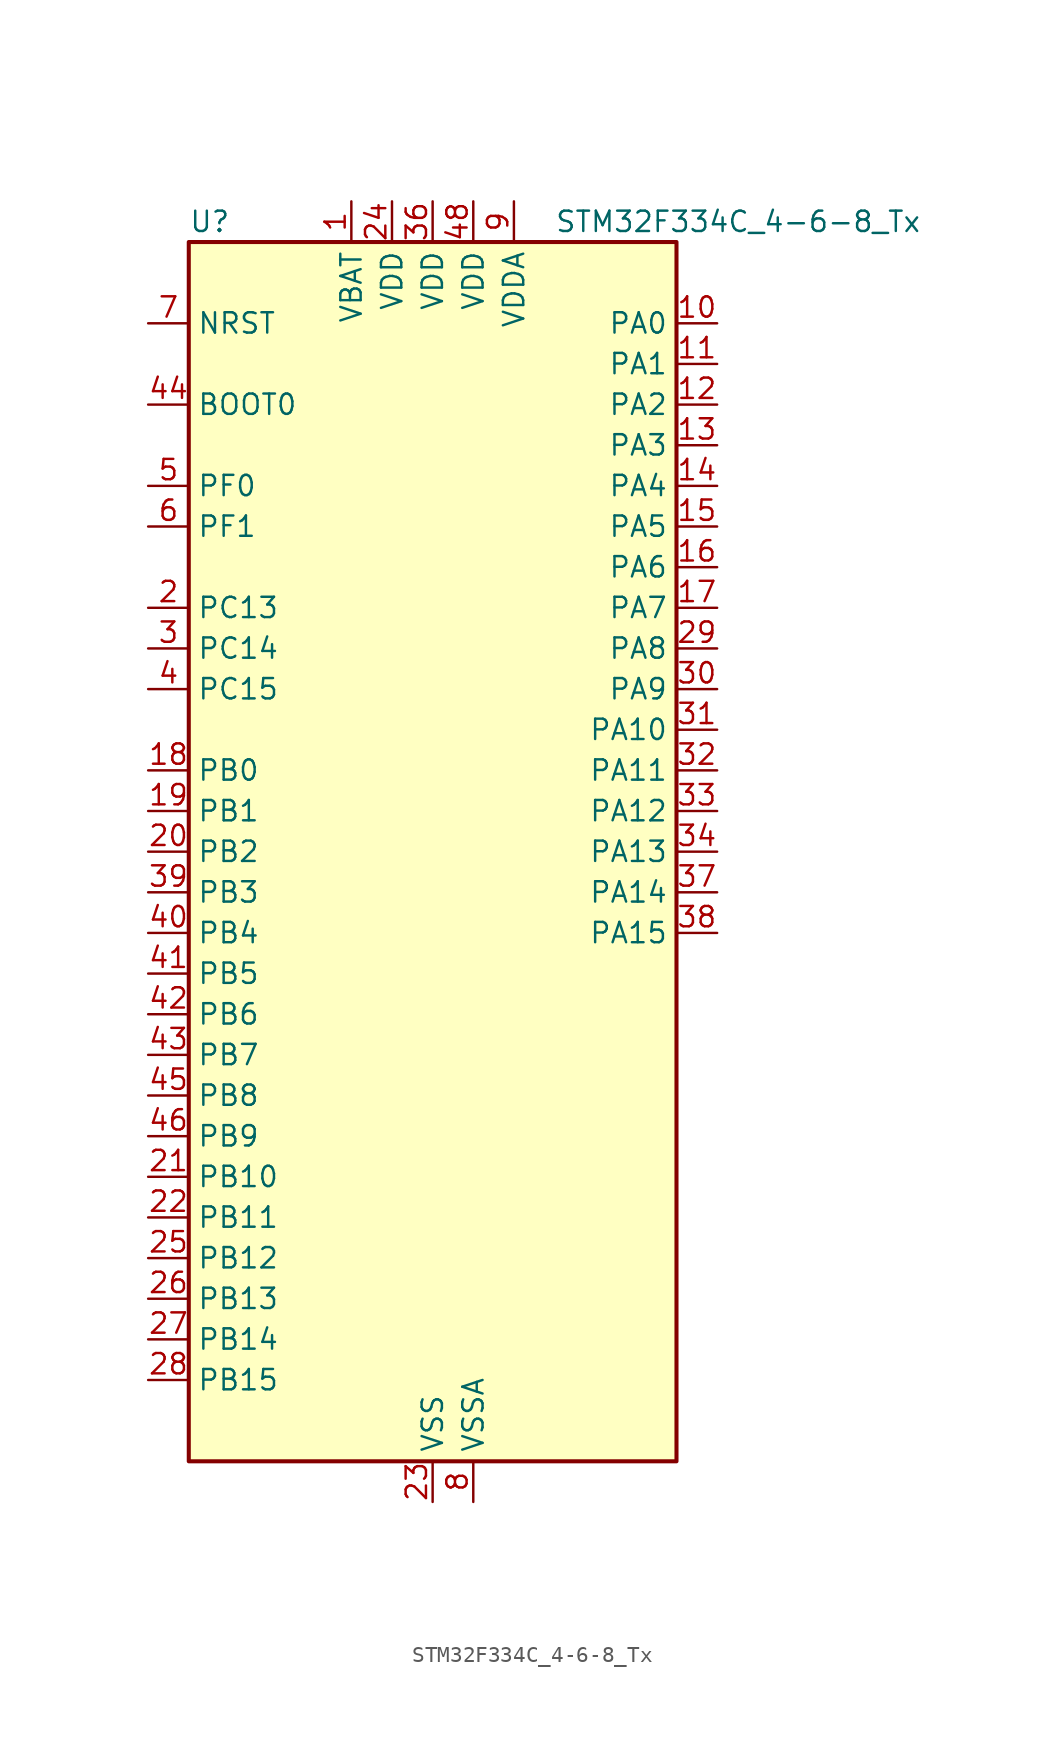
<source format=kicad_sym>
(kicad_symbol_lib
  (version 20241209)
  (generator "kicad_symbol_editor")
  (generator_version "9.0")
  (symbol "STM32F334C_4-6-8_Tx"
    (property "Reference" "U"
      (at -15.24 39.37 0)
      (effects (font (size 1.27 1.27)) (justify left)))
    (property "Value" "STM32F334C_4-6-8_Tx"
      (at 7.62 39.37 0)
      (effects (font (size 1.27 1.27)) (justify left)))
    (symbol "STM32F334C_4-6-8_Tx_0_1"
      (rectangle (start -15.24 -38.1) (end 15.24 38.1) (stroke (width 0.254) (type default)) (fill (type background))))
    (symbol "STM32F334C_4-6-8_Tx_1_1"
      (pin input line (at -17.78 33.02 0) (length 2.54) (name "NRST" (effects (font (size 1.27 1.27)))) (number "7" (effects (font (size 1.27 1.27)))))
      (pin input line (at -17.78 27.94 0) (length 2.54) (name "BOOT0" (effects (font (size 1.27 1.27)))) (number "44" (effects (font (size 1.27 1.27)))))
      (pin bidirectional line (at -17.78 22.86 0) (length 2.54) (name "PF0" (effects (font (size 1.27 1.27)))) (number "5" (effects (font (size 1.27 1.27)))) (alternate "RCC_OSC_IN" bidirectional line) (alternate "TIM1_CH3N" bidirectional line))
      (pin bidirectional line (at -17.78 20.32 0) (length 2.54) (name "PF1" (effects (font (size 1.27 1.27)))) (number "6" (effects (font (size 1.27 1.27)))) (alternate "RCC_OSC_OUT" bidirectional line))
      (pin bidirectional line (at -17.78 15.24 0) (length 2.54) (name "PC13" (effects (font (size 1.27 1.27)))) (number "2" (effects (font (size 1.27 1.27)))) (alternate "RTC_OUT_ALARM" bidirectional line) (alternate "RTC_OUT_CALIB" bidirectional line) (alternate "RTC_TAMP1" bidirectional line) (alternate "RTC_TS" bidirectional line) (alternate "SYS_WKUP2" bidirectional line) (alternate "TIM1_CH1N" bidirectional line))
      (pin bidirectional line (at -17.78 12.7 0) (length 2.54) (name "PC14" (effects (font (size 1.27 1.27)))) (number "3" (effects (font (size 1.27 1.27)))) (alternate "RCC_OSC32_IN" bidirectional line))
      (pin bidirectional line (at -17.78 10.16 0) (length 2.54) (name "PC15" (effects (font (size 1.27 1.27)))) (number "4" (effects (font (size 1.27 1.27)))) (alternate "ADC1_EXTI15" bidirectional line) (alternate "ADC2_EXTI15" bidirectional line) (alternate "RCC_OSC32_OUT" bidirectional line))
      (pin bidirectional line (at -17.78 5.08 0) (length 2.54) (name "PB0" (effects (font (size 1.27 1.27)))) (number "18" (effects (font (size 1.27 1.27)))) (alternate "ADC1_IN11" bidirectional line) (alternate "COMP4_INP" bidirectional line) (alternate "OPAMP2_VINP" bidirectional line) (alternate "OPAMP2_VINP_SEC" bidirectional line) (alternate "TIM1_CH2N" bidirectional line) (alternate "TIM3_CH3" bidirectional line) (alternate "TSC_G3_IO2" bidirectional line))
      (pin bidirectional line (at -17.78 2.54 0) (length 2.54) (name "PB1" (effects (font (size 1.27 1.27)))) (number "19" (effects (font (size 1.27 1.27)))) (alternate "ADC1_IN12" bidirectional line) (alternate "COMP4_OUT" bidirectional line) (alternate "HRTIM1_SCOUT" bidirectional line) (alternate "TIM1_CH3N" bidirectional line) (alternate "TIM3_CH4" bidirectional line) (alternate "TSC_G3_IO3" bidirectional line))
      (pin bidirectional line (at -17.78 0 0) (length 2.54) (name "PB2" (effects (font (size 1.27 1.27)))) (number "20" (effects (font (size 1.27 1.27)))) (alternate "ADC2_IN12" bidirectional line) (alternate "COMP4_INM" bidirectional line) (alternate "HRTIM1_SCIN" bidirectional line) (alternate "TSC_G3_IO4" bidirectional line))
      (pin bidirectional line (at -17.78 -2.54 0) (length 2.54) (name "PB3" (effects (font (size 1.27 1.27)))) (number "39" (effects (font (size 1.27 1.27)))) (alternate "HRTIM1_EEV9" bidirectional line) (alternate "HRTIM1_SCOUT" bidirectional line) (alternate "SPI1_SCK" bidirectional line) (alternate "SYS_JTDO-TRACESWO" bidirectional line) (alternate "TIM2_CH2" bidirectional line) (alternate "TIM3_ETR" bidirectional line) (alternate "TSC_G5_IO1" bidirectional line) (alternate "USART2_TX" bidirectional line))
      (pin bidirectional line (at -17.78 -5.08 0) (length 2.54) (name "PB4" (effects (font (size 1.27 1.27)))) (number "40" (effects (font (size 1.27 1.27)))) (alternate "HRTIM1_EEV7" bidirectional line) (alternate "SPI1_MISO" bidirectional line) (alternate "SYS_NJTRST" bidirectional line) (alternate "TIM16_CH1" bidirectional line) (alternate "TIM17_BKIN" bidirectional line) (alternate "TIM3_CH1" bidirectional line) (alternate "TSC_G5_IO2" bidirectional line) (alternate "USART2_RX" bidirectional line))
      (pin bidirectional line (at -17.78 -7.62 0) (length 2.54) (name "PB5" (effects (font (size 1.27 1.27)))) (number "41" (effects (font (size 1.27 1.27)))) (alternate "HRTIM1_EEV6" bidirectional line) (alternate "I2C1_SMBA" bidirectional line) (alternate "SPI1_MOSI" bidirectional line) (alternate "TIM16_BKIN" bidirectional line) (alternate "TIM17_CH1" bidirectional line) (alternate "TIM3_CH2" bidirectional line) (alternate "USART2_CK" bidirectional line))
      (pin bidirectional line (at -17.78 -10.16 0) (length 2.54) (name "PB6" (effects (font (size 1.27 1.27)))) (number "42" (effects (font (size 1.27 1.27)))) (alternate "HRTIM1_EEV4" bidirectional line) (alternate "HRTIM1_SCIN" bidirectional line) (alternate "I2C1_SCL" bidirectional line) (alternate "TIM16_CH1N" bidirectional line) (alternate "TSC_G5_IO3" bidirectional line) (alternate "USART1_TX" bidirectional line))
      (pin bidirectional line (at -17.78 -12.7 0) (length 2.54) (name "PB7" (effects (font (size 1.27 1.27)))) (number "43" (effects (font (size 1.27 1.27)))) (alternate "HRTIM1_EEV3" bidirectional line) (alternate "I2C1_SDA" bidirectional line) (alternate "TIM17_CH1N" bidirectional line) (alternate "TIM3_CH4" bidirectional line) (alternate "TSC_G5_IO4" bidirectional line) (alternate "USART1_RX" bidirectional line))
      (pin bidirectional line (at -17.78 -15.24 0) (length 2.54) (name "PB8" (effects (font (size 1.27 1.27)))) (number "45" (effects (font (size 1.27 1.27)))) (alternate "CAN_RX" bidirectional line) (alternate "HRTIM1_EEV8" bidirectional line) (alternate "I2C1_SCL" bidirectional line) (alternate "TIM16_CH1" bidirectional line) (alternate "TIM1_BKIN" bidirectional line) (alternate "TSC_SYNC" bidirectional line) (alternate "USART3_RX" bidirectional line))
      (pin bidirectional line (at -17.78 -17.78 0) (length 2.54) (name "PB9" (effects (font (size 1.27 1.27)))) (number "46" (effects (font (size 1.27 1.27)))) (alternate "CAN_TX" bidirectional line) (alternate "COMP2_OUT" bidirectional line) (alternate "DAC1_EXTI9" bidirectional line) (alternate "DAC2_EXTI9" bidirectional line) (alternate "HRTIM1_EEV5" bidirectional line) (alternate "I2C1_SDA" bidirectional line) (alternate "IR_OUT" bidirectional line) (alternate "TIM17_CH1" bidirectional line) (alternate "USART3_TX" bidirectional line))
      (pin bidirectional line (at -17.78 -20.32 0) (length 2.54) (name "PB10" (effects (font (size 1.27 1.27)))) (number "21" (effects (font (size 1.27 1.27)))) (alternate "HRTIM1_FLT3" bidirectional line) (alternate "TIM2_CH3" bidirectional line) (alternate "TSC_SYNC" bidirectional line) (alternate "USART3_TX" bidirectional line))
      (pin bidirectional line (at -17.78 -22.86 0) (length 2.54) (name "PB11" (effects (font (size 1.27 1.27)))) (number "22" (effects (font (size 1.27 1.27)))) (alternate "ADC1_EXTI11" bidirectional line) (alternate "ADC2_EXTI11" bidirectional line) (alternate "COMP6_INP" bidirectional line) (alternate "HRTIM1_FLT4" bidirectional line) (alternate "TIM2_CH4" bidirectional line) (alternate "TSC_G6_IO1" bidirectional line) (alternate "USART3_RX" bidirectional line))
      (pin bidirectional line (at -17.78 -25.4 0) (length 2.54) (name "PB12" (effects (font (size 1.27 1.27)))) (number "25" (effects (font (size 1.27 1.27)))) (alternate "ADC2_IN13" bidirectional line) (alternate "HRTIM1_CHC1" bidirectional line) (alternate "TIM1_BKIN" bidirectional line) (alternate "TSC_G6_IO2" bidirectional line) (alternate "USART3_CK" bidirectional line))
      (pin bidirectional line (at -17.78 -27.94 0) (length 2.54) (name "PB13" (effects (font (size 1.27 1.27)))) (number "26" (effects (font (size 1.27 1.27)))) (alternate "ADC1_IN13" bidirectional line) (alternate "HRTIM1_CHC2" bidirectional line) (alternate "TIM1_CH1N" bidirectional line) (alternate "TSC_G6_IO3" bidirectional line) (alternate "USART3_CTS" bidirectional line))
      (pin bidirectional line (at -17.78 -30.48 0) (length 2.54) (name "PB14" (effects (font (size 1.27 1.27)))) (number "27" (effects (font (size 1.27 1.27)))) (alternate "ADC2_IN14" bidirectional line) (alternate "HRTIM1_CHD1" bidirectional line) (alternate "OPAMP2_VINP" bidirectional line) (alternate "OPAMP2_VINP_SEC" bidirectional line) (alternate "TIM15_CH1" bidirectional line) (alternate "TIM1_CH2N" bidirectional line) (alternate "TSC_G6_IO4" bidirectional line) (alternate "USART3_DE" bidirectional line) (alternate "USART3_RTS" bidirectional line))
      (pin bidirectional line (at -17.78 -33.02 0) (length 2.54) (name "PB15" (effects (font (size 1.27 1.27)))) (number "28" (effects (font (size 1.27 1.27)))) (alternate "ADC1_EXTI15" bidirectional line) (alternate "ADC2_EXTI15" bidirectional line) (alternate "ADC2_IN15" bidirectional line) (alternate "COMP6_INM" bidirectional line) (alternate "HRTIM1_CHD2" bidirectional line) (alternate "RTC_REFIN" bidirectional line) (alternate "TIM15_CH1N" bidirectional line) (alternate "TIM15_CH2" bidirectional line) (alternate "TIM1_CH3N" bidirectional line))
      (pin power_in line (at -5.08 40.64 270) (length 2.54) (name "VBAT" (effects (font (size 1.27 1.27)))) (number "1" (effects (font (size 1.27 1.27)))))
      (pin power_in line (at -2.54 40.64 270) (length 2.54) (name "VDD" (effects (font (size 1.27 1.27)))) (number "24" (effects (font (size 1.27 1.27)))))
      (pin power_in line (at 0 40.64 270) (length 2.54) (name "VDD" (effects (font (size 1.27 1.27)))) (number "36" (effects (font (size 1.27 1.27)))))
      (pin power_in line (at 0 -40.64 90) (length 2.54) (name "VSS" (effects (font (size 1.27 1.27)))) (number "23" (effects (font (size 1.27 1.27)))))
      (pin passive line (at 0 -40.64 90) (length 2.54) (hide yes) (name "VSS" (effects (font (size 1.27 1.27)))) (number "35" (effects (font (size 1.27 1.27)))))
      (pin passive line (at 0 -40.64 90) (length 2.54) (hide yes) (name "VSS" (effects (font (size 1.27 1.27)))) (number "47" (effects (font (size 1.27 1.27)))))
      (pin power_in line (at 2.54 40.64 270) (length 2.54) (name "VDD" (effects (font (size 1.27 1.27)))) (number "48" (effects (font (size 1.27 1.27)))))
      (pin power_in line (at 2.54 -40.64 90) (length 2.54) (name "VSSA" (effects (font (size 1.27 1.27)))) (number "8" (effects (font (size 1.27 1.27)))))
      (pin power_in line (at 5.08 40.64 270) (length 2.54) (name "VDDA" (effects (font (size 1.27 1.27)))) (number "9" (effects (font (size 1.27 1.27)))))
      (pin bidirectional line (at 17.78 33.02 180) (length 2.54) (name "PA0" (effects (font (size 1.27 1.27)))) (number "10" (effects (font (size 1.27 1.27)))) (alternate "ADC1_IN1" bidirectional line) (alternate "RTC_TAMP2" bidirectional line) (alternate "SYS_WKUP1" bidirectional line) (alternate "TIM2_CH1" bidirectional line) (alternate "TIM2_ETR" bidirectional line) (alternate "TSC_G1_IO1" bidirectional line) (alternate "USART2_CTS" bidirectional line))
      (pin bidirectional line (at 17.78 30.48 180) (length 2.54) (name "PA1" (effects (font (size 1.27 1.27)))) (number "11" (effects (font (size 1.27 1.27)))) (alternate "ADC1_IN2" bidirectional line) (alternate "RTC_REFIN" bidirectional line) (alternate "TIM15_CH1N" bidirectional line) (alternate "TIM2_CH2" bidirectional line) (alternate "TSC_G1_IO2" bidirectional line) (alternate "USART2_DE" bidirectional line) (alternate "USART2_RTS" bidirectional line))
      (pin bidirectional line (at 17.78 27.94 180) (length 2.54) (name "PA2" (effects (font (size 1.27 1.27)))) (number "12" (effects (font (size 1.27 1.27)))) (alternate "ADC1_IN3" bidirectional line) (alternate "COMP2_INM" bidirectional line) (alternate "COMP2_OUT" bidirectional line) (alternate "TIM15_CH1" bidirectional line) (alternate "TIM2_CH3" bidirectional line) (alternate "TSC_G1_IO3" bidirectional line) (alternate "USART2_TX" bidirectional line))
      (pin bidirectional line (at 17.78 25.4 180) (length 2.54) (name "PA3" (effects (font (size 1.27 1.27)))) (number "13" (effects (font (size 1.27 1.27)))) (alternate "ADC1_IN4" bidirectional line) (alternate "TIM15_CH2" bidirectional line) (alternate "TIM2_CH4" bidirectional line) (alternate "TSC_G1_IO4" bidirectional line) (alternate "USART2_RX" bidirectional line))
      (pin bidirectional line (at 17.78 22.86 180) (length 2.54) (name "PA4" (effects (font (size 1.27 1.27)))) (number "14" (effects (font (size 1.27 1.27)))) (alternate "ADC2_IN1" bidirectional line) (alternate "COMP2_INM" bidirectional line) (alternate "COMP4_INM" bidirectional line) (alternate "COMP6_INM" bidirectional line) (alternate "DAC1_OUT1" bidirectional line) (alternate "SPI1_NSS" bidirectional line) (alternate "TIM3_CH2" bidirectional line) (alternate "TSC_G2_IO1" bidirectional line) (alternate "USART2_CK" bidirectional line))
      (pin bidirectional line (at 17.78 20.32 180) (length 2.54) (name "PA5" (effects (font (size 1.27 1.27)))) (number "15" (effects (font (size 1.27 1.27)))) (alternate "ADC2_IN2" bidirectional line) (alternate "DAC1_OUT2" bidirectional line) (alternate "OPAMP2_VINM" bidirectional line) (alternate "OPAMP2_VINM_SEC" bidirectional line) (alternate "SPI1_SCK" bidirectional line) (alternate "TIM2_CH1" bidirectional line) (alternate "TIM2_ETR" bidirectional line) (alternate "TSC_G2_IO2" bidirectional line))
      (pin bidirectional line (at 17.78 17.78 180) (length 2.54) (name "PA6" (effects (font (size 1.27 1.27)))) (number "16" (effects (font (size 1.27 1.27)))) (alternate "ADC2_IN3" bidirectional line) (alternate "DAC2_OUT1" bidirectional line) (alternate "OPAMP2_DIG" bidirectional line) (alternate "OPAMP2_VOUT" bidirectional line) (alternate "SPI1_MISO" bidirectional line) (alternate "TIM16_CH1" bidirectional line) (alternate "TIM1_BKIN" bidirectional line) (alternate "TIM3_CH1" bidirectional line) (alternate "TSC_G2_IO3" bidirectional line))
      (pin bidirectional line (at 17.78 15.24 180) (length 2.54) (name "PA7" (effects (font (size 1.27 1.27)))) (number "17" (effects (font (size 1.27 1.27)))) (alternate "ADC2_IN4" bidirectional line) (alternate "COMP2_INP" bidirectional line) (alternate "OPAMP2_VINP" bidirectional line) (alternate "OPAMP2_VINP_SEC" bidirectional line) (alternate "SPI1_MOSI" bidirectional line) (alternate "TIM17_CH1" bidirectional line) (alternate "TIM1_CH1N" bidirectional line) (alternate "TIM3_CH2" bidirectional line) (alternate "TSC_G2_IO4" bidirectional line))
      (pin bidirectional line (at 17.78 12.7 180) (length 2.54) (name "PA8" (effects (font (size 1.27 1.27)))) (number "29" (effects (font (size 1.27 1.27)))) (alternate "HRTIM1_CHA1" bidirectional line) (alternate "RCC_MCO" bidirectional line) (alternate "TIM1_CH1" bidirectional line) (alternate "USART1_CK" bidirectional line))
      (pin bidirectional line (at 17.78 10.16 180) (length 2.54) (name "PA9" (effects (font (size 1.27 1.27)))) (number "30" (effects (font (size 1.27 1.27)))) (alternate "DAC1_EXTI9" bidirectional line) (alternate "DAC2_EXTI9" bidirectional line) (alternate "HRTIM1_CHA2" bidirectional line) (alternate "TIM15_BKIN" bidirectional line) (alternate "TIM1_CH2" bidirectional line) (alternate "TIM2_CH3" bidirectional line) (alternate "TSC_G4_IO1" bidirectional line) (alternate "USART1_TX" bidirectional line))
      (pin bidirectional line (at 17.78 7.62 180) (length 2.54) (name "PA10" (effects (font (size 1.27 1.27)))) (number "31" (effects (font (size 1.27 1.27)))) (alternate "COMP6_OUT" bidirectional line) (alternate "HRTIM1_CHB1" bidirectional line) (alternate "TIM17_BKIN" bidirectional line) (alternate "TIM1_CH3" bidirectional line) (alternate "TIM2_CH4" bidirectional line) (alternate "TSC_G4_IO2" bidirectional line) (alternate "USART1_RX" bidirectional line))
      (pin bidirectional line (at 17.78 5.08 180) (length 2.54) (name "PA11" (effects (font (size 1.27 1.27)))) (number "32" (effects (font (size 1.27 1.27)))) (alternate "ADC1_EXTI11" bidirectional line) (alternate "ADC2_EXTI11" bidirectional line) (alternate "CAN_RX" bidirectional line) (alternate "HRTIM1_CHB2" bidirectional line) (alternate "TIM1_BKIN2" bidirectional line) (alternate "TIM1_CH1N" bidirectional line) (alternate "TIM1_CH4" bidirectional line) (alternate "USART1_CTS" bidirectional line))
      (pin bidirectional line (at 17.78 2.54 180) (length 2.54) (name "PA12" (effects (font (size 1.27 1.27)))) (number "33" (effects (font (size 1.27 1.27)))) (alternate "CAN_TX" bidirectional line) (alternate "COMP2_OUT" bidirectional line) (alternate "HRTIM1_FLT1" bidirectional line) (alternate "TIM16_CH1" bidirectional line) (alternate "TIM1_CH2N" bidirectional line) (alternate "TIM1_ETR" bidirectional line) (alternate "USART1_DE" bidirectional line) (alternate "USART1_RTS" bidirectional line))
      (pin bidirectional line (at 17.78 0 180) (length 2.54) (name "PA13" (effects (font (size 1.27 1.27)))) (number "34" (effects (font (size 1.27 1.27)))) (alternate "IR_OUT" bidirectional line) (alternate "SYS_JTMS-SWDIO" bidirectional line) (alternate "TIM16_CH1N" bidirectional line) (alternate "TSC_G4_IO3" bidirectional line) (alternate "USART3_CTS" bidirectional line))
      (pin bidirectional line (at 17.78 -2.54 180) (length 2.54) (name "PA14" (effects (font (size 1.27 1.27)))) (number "37" (effects (font (size 1.27 1.27)))) (alternate "I2C1_SDA" bidirectional line) (alternate "SYS_JTCK-SWCLK" bidirectional line) (alternate "TIM1_BKIN" bidirectional line) (alternate "TSC_G4_IO4" bidirectional line) (alternate "USART2_TX" bidirectional line))
      (pin bidirectional line (at 17.78 -5.08 180) (length 2.54) (name "PA15" (effects (font (size 1.27 1.27)))) (number "38" (effects (font (size 1.27 1.27)))) (alternate "ADC1_EXTI15" bidirectional line) (alternate "ADC2_EXTI15" bidirectional line) (alternate "HRTIM1_FLT2" bidirectional line) (alternate "I2C1_SCL" bidirectional line) (alternate "SPI1_NSS" bidirectional line) (alternate "SYS_JTDI" bidirectional line) (alternate "TIM1_BKIN" bidirectional line) (alternate "TIM2_CH1" bidirectional line) (alternate "TIM2_ETR" bidirectional line) (alternate "TSC_SYNC" bidirectional line) (alternate "USART2_RX" bidirectional line)))))
</source>
